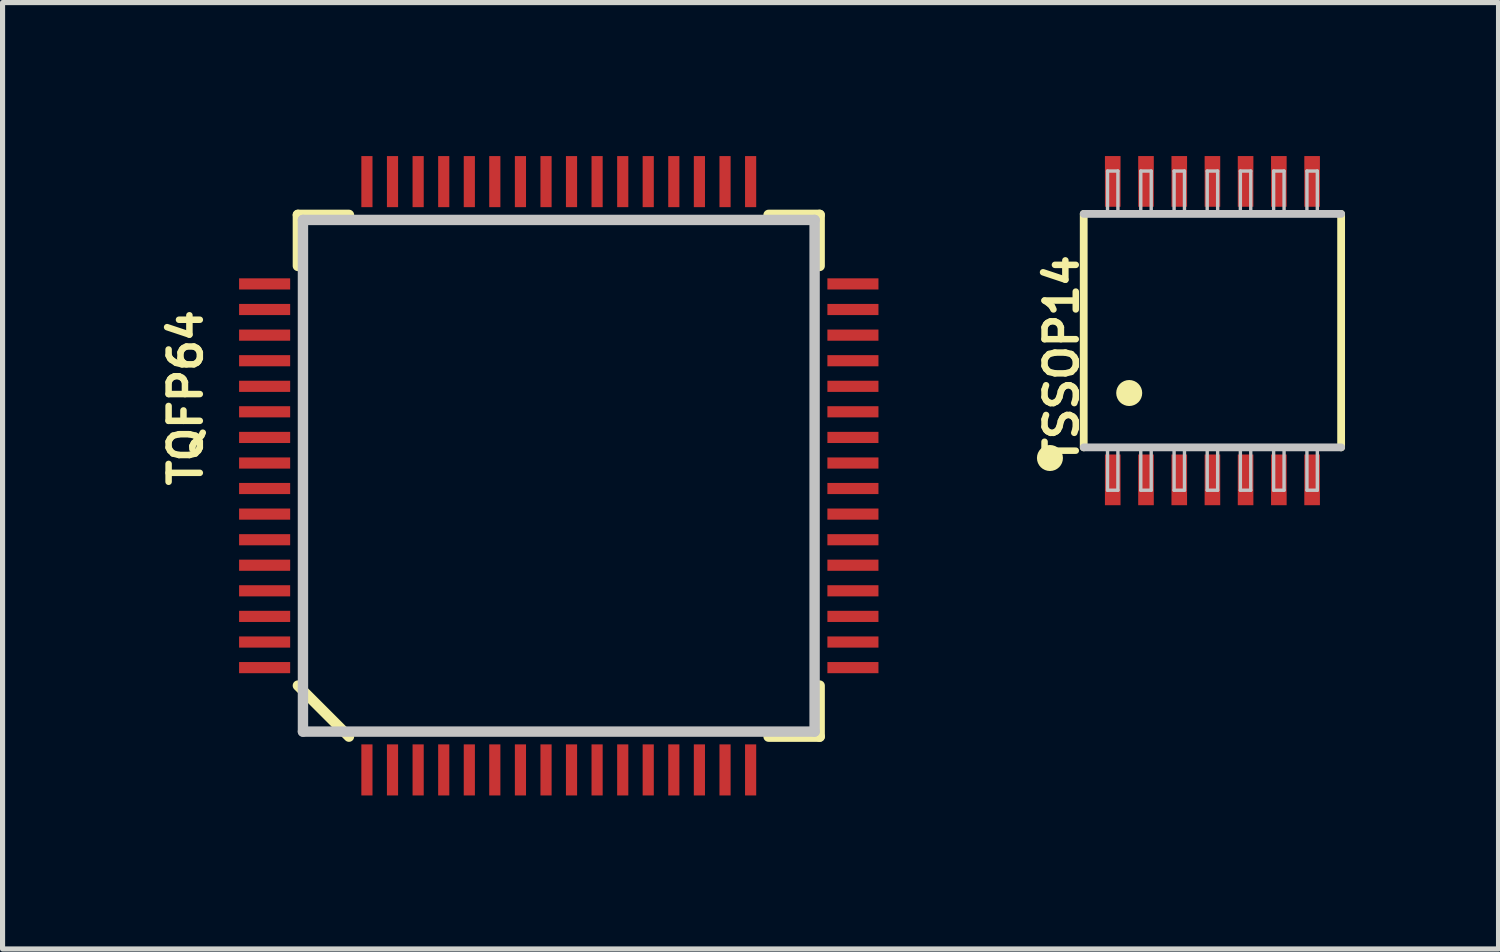
<source format=kicad_pcb>
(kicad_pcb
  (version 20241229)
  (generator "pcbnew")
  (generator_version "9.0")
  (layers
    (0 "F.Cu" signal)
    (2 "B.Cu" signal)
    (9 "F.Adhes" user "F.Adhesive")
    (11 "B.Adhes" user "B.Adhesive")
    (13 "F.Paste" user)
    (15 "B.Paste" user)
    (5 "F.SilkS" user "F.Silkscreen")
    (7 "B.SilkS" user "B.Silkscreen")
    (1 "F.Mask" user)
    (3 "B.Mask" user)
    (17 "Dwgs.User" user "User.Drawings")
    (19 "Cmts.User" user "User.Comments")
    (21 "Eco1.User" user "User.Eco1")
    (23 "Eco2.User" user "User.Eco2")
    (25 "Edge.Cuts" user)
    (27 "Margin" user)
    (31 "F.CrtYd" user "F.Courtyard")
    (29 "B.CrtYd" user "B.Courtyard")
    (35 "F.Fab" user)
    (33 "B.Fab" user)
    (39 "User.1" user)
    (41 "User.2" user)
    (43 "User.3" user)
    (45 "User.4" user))
  (footprint "TSSOP14"
    (layer "F.Cu")
    (at 20.642 3.411)
    (property "Reference" "TSSOP14" (at -2.946 0.559 90) (layer "F.SilkS") (effects (font (size 0.61 0.61) (thickness 0.127))))
    (attr smd)
    (fp_line (start -2.515 2.281) (end -2.515 -2.281) (stroke (width 0.152) (type solid)) (layer "F.SilkS"))
    (fp_line (start 2.515 -2.281) (end 2.515 2.281) (stroke (width 0.152) (type solid)) (layer "F.SilkS"))
    (fp_circle (center -3.175 2.489) (end -3.175 2.235) (stroke (width 0) (type solid)) (fill yes) (layer "F.SilkS"))
    (fp_circle (center -1.626 1.219) (end -1.626 0.965) (stroke (width 0) (type solid)) (fill yes) (layer "F.SilkS"))
    (fp_line (start -2.515 2.281) (end 2.515 2.281) (stroke (width 0.152) (type solid)) (layer "Dwgs.User"))
    (fp_line (start -2.05 -3.119) (end -1.847 -3.119) (stroke (width 0.066) (type solid)) (layer "Dwgs.User"))
    (fp_line (start -2.05 -2.281) (end -2.05 -3.119) (stroke (width 0.066) (type solid)) (layer "Dwgs.User"))
    (fp_line (start -2.05 -2.281) (end -1.847 -2.281) (stroke (width 0.066) (type solid)) (layer "Dwgs.User"))
    (fp_line (start -2.05 2.281) (end -1.847 2.281) (stroke (width 0.066) (type solid)) (layer "Dwgs.User"))
    (fp_line (start -2.05 3.119) (end -2.05 2.281) (stroke (width 0.066) (type solid)) (layer "Dwgs.User"))
    (fp_line (start -2.05 3.119) (end -1.847 3.119) (stroke (width 0.066) (type solid)) (layer "Dwgs.User"))
    (fp_line (start -1.847 -2.281) (end -1.847 -3.119) (stroke (width 0.066) (type solid)) (layer "Dwgs.User"))
    (fp_line (start -1.847 3.119) (end -1.847 2.281) (stroke (width 0.066) (type solid)) (layer "Dwgs.User"))
    (fp_line (start -1.4 -3.119) (end -1.196 -3.119) (stroke (width 0.066) (type solid)) (layer "Dwgs.User"))
    (fp_line (start -1.4 -2.281) (end -1.4 -3.119) (stroke (width 0.066) (type solid)) (layer "Dwgs.User"))
    (fp_line (start -1.4 -2.281) (end -1.196 -2.281) (stroke (width 0.066) (type solid)) (layer "Dwgs.User"))
    (fp_line (start -1.4 2.281) (end -1.196 2.281) (stroke (width 0.066) (type solid)) (layer "Dwgs.User"))
    (fp_line (start -1.4 3.119) (end -1.4 2.281) (stroke (width 0.066) (type solid)) (layer "Dwgs.User"))
    (fp_line (start -1.4 3.119) (end -1.196 3.119) (stroke (width 0.066) (type solid)) (layer "Dwgs.User"))
    (fp_line (start -1.196 -2.281) (end -1.196 -3.119) (stroke (width 0.066) (type solid)) (layer "Dwgs.User"))
    (fp_line (start -1.196 3.119) (end -1.196 2.281) (stroke (width 0.066) (type solid)) (layer "Dwgs.User"))
    (fp_line (start -0.749 -3.119) (end -0.546 -3.119) (stroke (width 0.066) (type solid)) (layer "Dwgs.User"))
    (fp_line (start -0.749 -2.281) (end -0.749 -3.119) (stroke (width 0.066) (type solid)) (layer "Dwgs.User"))
    (fp_line (start -0.749 -2.281) (end -0.546 -2.281) (stroke (width 0.066) (type solid)) (layer "Dwgs.User"))
    (fp_line (start -0.749 2.281) (end -0.546 2.281) (stroke (width 0.066) (type solid)) (layer "Dwgs.User"))
    (fp_line (start -0.749 3.119) (end -0.749 2.281) (stroke (width 0.066) (type solid)) (layer "Dwgs.User"))
    (fp_line (start -0.749 3.119) (end -0.546 3.119) (stroke (width 0.066) (type solid)) (layer "Dwgs.User"))
    (fp_line (start -0.546 -2.281) (end -0.546 -3.119) (stroke (width 0.066) (type solid)) (layer "Dwgs.User"))
    (fp_line (start -0.546 3.119) (end -0.546 2.281) (stroke (width 0.066) (type solid)) (layer "Dwgs.User"))
    (fp_line (start -0.102 -3.119) (end 0.102 -3.119) (stroke (width 0.066) (type solid)) (layer "Dwgs.User"))
    (fp_line (start -0.102 -2.281) (end -0.102 -3.119) (stroke (width 0.066) (type solid)) (layer "Dwgs.User"))
    (fp_line (start -0.102 -2.281) (end 0.102 -2.281) (stroke (width 0.066) (type solid)) (layer "Dwgs.User"))
    (fp_line (start -0.102 2.281) (end 0.102 2.281) (stroke (width 0.066) (type solid)) (layer "Dwgs.User"))
    (fp_line (start -0.102 3.119) (end -0.102 2.281) (stroke (width 0.066) (type solid)) (layer "Dwgs.User"))
    (fp_line (start -0.102 3.119) (end 0.102 3.119) (stroke (width 0.066) (type solid)) (layer "Dwgs.User"))
    (fp_line (start 0.102 -2.281) (end 0.102 -3.119) (stroke (width 0.066) (type solid)) (layer "Dwgs.User"))
    (fp_line (start 0.102 3.119) (end 0.102 2.281) (stroke (width 0.066) (type solid)) (layer "Dwgs.User"))
    (fp_line (start 0.546 -3.119) (end 0.749 -3.119) (stroke (width 0.066) (type solid)) (layer "Dwgs.User"))
    (fp_line (start 0.546 -2.281) (end 0.546 -3.119) (stroke (width 0.066) (type solid)) (layer "Dwgs.User"))
    (fp_line (start 0.546 -2.281) (end 0.749 -2.281) (stroke (width 0.066) (type solid)) (layer "Dwgs.User"))
    (fp_line (start 0.546 2.281) (end 0.749 2.281) (stroke (width 0.066) (type solid)) (layer "Dwgs.User"))
    (fp_line (start 0.546 3.119) (end 0.546 2.281) (stroke (width 0.066) (type solid)) (layer "Dwgs.User"))
    (fp_line (start 0.546 3.119) (end 0.749 3.119) (stroke (width 0.066) (type solid)) (layer "Dwgs.User"))
    (fp_line (start 0.749 -2.281) (end 0.749 -3.119) (stroke (width 0.066) (type solid)) (layer "Dwgs.User"))
    (fp_line (start 0.749 3.119) (end 0.749 2.281) (stroke (width 0.066) (type solid)) (layer "Dwgs.User"))
    (fp_line (start 1.196 -3.119) (end 1.4 -3.119) (stroke (width 0.066) (type solid)) (layer "Dwgs.User"))
    (fp_line (start 1.196 -2.281) (end 1.196 -3.119) (stroke (width 0.066) (type solid)) (layer "Dwgs.User"))
    (fp_line (start 1.196 -2.281) (end 1.4 -2.281) (stroke (width 0.066) (type solid)) (layer "Dwgs.User"))
    (fp_line (start 1.196 2.281) (end 1.4 2.281) (stroke (width 0.066) (type solid)) (layer "Dwgs.User"))
    (fp_line (start 1.196 3.119) (end 1.196 2.281) (stroke (width 0.066) (type solid)) (layer "Dwgs.User"))
    (fp_line (start 1.196 3.119) (end 1.4 3.119) (stroke (width 0.066) (type solid)) (layer "Dwgs.User"))
    (fp_line (start 1.4 -2.281) (end 1.4 -3.119) (stroke (width 0.066) (type solid)) (layer "Dwgs.User"))
    (fp_line (start 1.4 3.119) (end 1.4 2.281) (stroke (width 0.066) (type solid)) (layer "Dwgs.User"))
    (fp_line (start 1.847 -3.119) (end 2.05 -3.119) (stroke (width 0.066) (type solid)) (layer "Dwgs.User"))
    (fp_line (start 1.847 -2.281) (end 1.847 -3.119) (stroke (width 0.066) (type solid)) (layer "Dwgs.User"))
    (fp_line (start 1.847 -2.281) (end 2.05 -2.281) (stroke (width 0.066) (type solid)) (layer "Dwgs.User"))
    (fp_line (start 1.847 2.281) (end 2.05 2.281) (stroke (width 0.066) (type solid)) (layer "Dwgs.User"))
    (fp_line (start 1.847 3.119) (end 1.847 2.281) (stroke (width 0.066) (type solid)) (layer "Dwgs.User"))
    (fp_line (start 1.847 3.119) (end 2.05 3.119) (stroke (width 0.066) (type solid)) (layer "Dwgs.User"))
    (fp_line (start 2.05 -2.281) (end 2.05 -3.119) (stroke (width 0.066) (type solid)) (layer "Dwgs.User"))
    (fp_line (start 2.05 3.119) (end 2.05 2.281) (stroke (width 0.066) (type solid)) (layer "Dwgs.User"))
    (fp_line (start 2.515 -2.281) (end -2.515 -2.281) (stroke (width 0.152) (type solid)) (layer "Dwgs.User"))
    (pad "1" smd rect (at -1.948 2.916) (size 0.305 0.991) (layers "F.Cu" "F.Mask" "F.Paste"))
    (pad "2" smd rect (at -1.298 2.916) (size 0.305 0.991) (layers "F.Cu" "F.Mask" "F.Paste"))
    (pad "3" smd rect (at -0.648 2.916) (size 0.305 0.991) (layers "F.Cu" "F.Mask" "F.Paste"))
    (pad "4" smd rect (at 0 2.916) (size 0.305 0.991) (layers "F.Cu" "F.Mask" "F.Paste"))
    (pad "5" smd rect (at 0.648 2.916) (size 0.305 0.991) (layers "F.Cu" "F.Mask" "F.Paste"))
    (pad "6" smd rect (at 1.298 2.916) (size 0.305 0.991) (layers "F.Cu" "F.Mask" "F.Paste"))
    (pad "7" smd rect (at 1.948 2.916) (size 0.305 0.991) (layers "F.Cu" "F.Mask" "F.Paste"))
    (pad "8" smd rect (at 1.948 -2.916) (size 0.305 0.991) (layers "F.Cu" "F.Mask" "F.Paste"))
    (pad "9" smd rect (at 1.298 -2.916) (size 0.305 0.991) (layers "F.Cu" "F.Mask" "F.Paste"))
    (pad "10" smd rect (at 0.648 -2.916) (size 0.305 0.991) (layers "F.Cu" "F.Mask" "F.Paste"))
    (pad "11" smd rect (at 0 -2.916) (size 0.305 0.991) (layers "F.Cu" "F.Mask" "F.Paste"))
    (pad "12" smd rect (at -0.648 -2.916) (size 0.305 0.991) (layers "F.Cu" "F.Mask" "F.Paste"))
    (pad "13" smd rect (at -1.298 -2.916) (size 0.305 0.991) (layers "F.Cu" "F.Mask" "F.Paste"))
    (pad "14" smd rect (at -1.948 -2.916) (size 0.305 0.991) (layers "F.Cu" "F.Mask" "F.Paste")))
  (footprint "TQFP64"
    (layer "F.Cu")
    (at 7.869 6.247)
    (property "Reference" "TQFP64" (at -7.29 -1.524 90) (layer "F.SilkS") (effects (font (size 0.61 0.61) (thickness 0.127))))
    (attr smd)
    (fp_line (start -5.098 -5.098) (end -4.1 -5.098) (stroke (width 0.203) (type solid)) (layer "F.SilkS"))
    (fp_line (start -5.098 -4.1) (end -5.098 -5.098) (stroke (width 0.203) (type solid)) (layer "F.SilkS"))
    (fp_line (start -5.098 4.1) (end -4.1 5.098) (stroke (width 0.203) (type solid)) (layer "F.SilkS"))
    (fp_line (start 4.1 -5.098) (end 5.098 -5.098) (stroke (width 0.203) (type solid)) (layer "F.SilkS"))
    (fp_line (start 4.1 5.098) (end 5.098 5.098) (stroke (width 0.203) (type solid)) (layer "F.SilkS"))
    (fp_line (start 5.098 -5.098) (end 5.098 -4.1) (stroke (width 0.203) (type solid)) (layer "F.SilkS"))
    (fp_line (start 5.098 5.098) (end 5.098 4.1) (stroke (width 0.203) (type solid)) (layer "F.SilkS"))
    (fp_line (start -4.999 -4.999) (end 4.999 -4.999) (stroke (width 0.203) (type solid)) (layer "Dwgs.User"))
    (fp_line (start -4.999 4.999) (end -4.999 -4.999) (stroke (width 0.203) (type solid)) (layer "Dwgs.User"))
    (fp_line (start 4.999 -4.999) (end 4.999 4.999) (stroke (width 0.203) (type solid)) (layer "Dwgs.User"))
    (fp_line (start 4.999 4.999) (end -4.999 4.999) (stroke (width 0.203) (type solid)) (layer "Dwgs.User"))
    (pad "1" smd rect (at -3.749 5.748) (size 0.218 0.998) (layers "F.Cu" "F.Mask" "F.Paste"))
    (pad "2" smd rect (at -3.249 5.748) (size 0.218 0.998) (layers "F.Cu" "F.Mask" "F.Paste"))
    (pad "3" smd rect (at -2.748 5.748) (size 0.218 0.998) (layers "F.Cu" "F.Mask" "F.Paste"))
    (pad "4" smd rect (at -2.248 5.748) (size 0.218 0.998) (layers "F.Cu" "F.Mask" "F.Paste"))
    (pad "5" smd rect (at -1.748 5.748) (size 0.218 0.998) (layers "F.Cu" "F.Mask" "F.Paste"))
    (pad "6" smd rect (at -1.25 5.748) (size 0.218 0.998) (layers "F.Cu" "F.Mask" "F.Paste"))
    (pad "7" smd rect (at -0.749 5.748) (size 0.218 0.998) (layers "F.Cu" "F.Mask" "F.Paste"))
    (pad "8" smd rect (at -0.249 5.748) (size 0.218 0.998) (layers "F.Cu" "F.Mask" "F.Paste"))
    (pad "9" smd rect (at 0.249 5.748) (size 0.218 0.998) (layers "F.Cu" "F.Mask" "F.Paste"))
    (pad "10" smd rect (at 0.749 5.748) (size 0.218 0.998) (layers "F.Cu" "F.Mask" "F.Paste"))
    (pad "11" smd rect (at 1.25 5.748) (size 0.218 0.998) (layers "F.Cu" "F.Mask" "F.Paste"))
    (pad "12" smd rect (at 1.748 5.748) (size 0.218 0.998) (layers "F.Cu" "F.Mask" "F.Paste"))
    (pad "13" smd rect (at 2.248 5.748) (size 0.218 0.998) (layers "F.Cu" "F.Mask" "F.Paste"))
    (pad "14" smd rect (at 2.748 5.748) (size 0.218 0.998) (layers "F.Cu" "F.Mask" "F.Paste"))
    (pad "15" smd rect (at 3.249 5.748) (size 0.218 0.998) (layers "F.Cu" "F.Mask" "F.Paste"))
    (pad "16" smd rect (at 3.749 5.748) (size 0.218 0.998) (layers "F.Cu" "F.Mask" "F.Paste"))
    (pad "17" smd rect (at 5.748 3.749 90) (size 0.218 0.998) (layers "F.Cu" "F.Mask" "F.Paste"))
    (pad "18" smd rect (at 5.748 3.249 90) (size 0.218 0.998) (layers "F.Cu" "F.Mask" "F.Paste"))
    (pad "19" smd rect (at 5.748 2.748 90) (size 0.218 0.998) (layers "F.Cu" "F.Mask" "F.Paste"))
    (pad "20" smd rect (at 5.748 2.248 90) (size 0.218 0.998) (layers "F.Cu" "F.Mask" "F.Paste"))
    (pad "21" smd rect (at 5.748 1.748 90) (size 0.218 0.998) (layers "F.Cu" "F.Mask" "F.Paste"))
    (pad "22" smd rect (at 5.748 1.25 90) (size 0.218 0.998) (layers "F.Cu" "F.Mask" "F.Paste"))
    (pad "23" smd rect (at 5.748 0.749 90) (size 0.218 0.998) (layers "F.Cu" "F.Mask" "F.Paste"))
    (pad "24" smd rect (at 5.748 0.249 90) (size 0.218 0.998) (layers "F.Cu" "F.Mask" "F.Paste"))
    (pad "25" smd rect (at 5.748 -0.249 90) (size 0.218 0.998) (layers "F.Cu" "F.Mask" "F.Paste"))
    (pad "26" smd rect (at 5.748 -0.749 90) (size 0.218 0.998) (layers "F.Cu" "F.Mask" "F.Paste"))
    (pad "27" smd rect (at 5.748 -1.25 90) (size 0.218 0.998) (layers "F.Cu" "F.Mask" "F.Paste"))
    (pad "28" smd rect (at 5.748 -1.748 90) (size 0.218 0.998) (layers "F.Cu" "F.Mask" "F.Paste"))
    (pad "29" smd rect (at 5.748 -2.248 90) (size 0.218 0.998) (layers "F.Cu" "F.Mask" "F.Paste"))
    (pad "30" smd rect (at 5.748 -2.748 90) (size 0.218 0.998) (layers "F.Cu" "F.Mask" "F.Paste"))
    (pad "31" smd rect (at 5.748 -3.249 90) (size 0.218 0.998) (layers "F.Cu" "F.Mask" "F.Paste"))
    (pad "32" smd rect (at 5.748 -3.749 90) (size 0.218 0.998) (layers "F.Cu" "F.Mask" "F.Paste"))
    (pad "33" smd rect (at 3.749 -5.748 180) (size 0.218 0.998) (layers "F.Cu" "F.Mask" "F.Paste"))
    (pad "34" smd rect (at 3.249 -5.748 180) (size 0.218 0.998) (layers "F.Cu" "F.Mask" "F.Paste"))
    (pad "35" smd rect (at 2.748 -5.748 180) (size 0.218 0.998) (layers "F.Cu" "F.Mask" "F.Paste"))
    (pad "36" smd rect (at 2.248 -5.748 180) (size 0.218 0.998) (layers "F.Cu" "F.Mask" "F.Paste"))
    (pad "37" smd rect (at 1.748 -5.748 180) (size 0.218 0.998) (layers "F.Cu" "F.Mask" "F.Paste"))
    (pad "38" smd rect (at 1.25 -5.748 180) (size 0.218 0.998) (layers "F.Cu" "F.Mask" "F.Paste"))
    (pad "39" smd rect (at 0.749 -5.748 180) (size 0.218 0.998) (layers "F.Cu" "F.Mask" "F.Paste"))
    (pad "40" smd rect (at 0.249 -5.748 180) (size 0.218 0.998) (layers "F.Cu" "F.Mask" "F.Paste"))
    (pad "41" smd rect (at -0.249 -5.748 180) (size 0.218 0.998) (layers "F.Cu" "F.Mask" "F.Paste"))
    (pad "42" smd rect (at -0.749 -5.748 180) (size 0.218 0.998) (layers "F.Cu" "F.Mask" "F.Paste"))
    (pad "43" smd rect (at -1.25 -5.748 180) (size 0.218 0.998) (layers "F.Cu" "F.Mask" "F.Paste"))
    (pad "44" smd rect (at -1.748 -5.748 180) (size 0.218 0.998) (layers "F.Cu" "F.Mask" "F.Paste"))
    (pad "45" smd rect (at -2.248 -5.748 180) (size 0.218 0.998) (layers "F.Cu" "F.Mask" "F.Paste"))
    (pad "46" smd rect (at -2.748 -5.748 180) (size 0.218 0.998) (layers "F.Cu" "F.Mask" "F.Paste"))
    (pad "47" smd rect (at -3.249 -5.748 180) (size 0.218 0.998) (layers "F.Cu" "F.Mask" "F.Paste"))
    (pad "48" smd rect (at -3.749 -5.748 180) (size 0.218 0.998) (layers "F.Cu" "F.Mask" "F.Paste"))
    (pad "49" smd rect (at -5.748 -3.749 270) (size 0.218 0.998) (layers "F.Cu" "F.Mask" "F.Paste"))
    (pad "50" smd rect (at -5.748 -3.249 270) (size 0.218 0.998) (layers "F.Cu" "F.Mask" "F.Paste"))
    (pad "51" smd rect (at -5.748 -2.748 270) (size 0.218 0.998) (layers "F.Cu" "F.Mask" "F.Paste"))
    (pad "52" smd rect (at -5.748 -2.248 270) (size 0.218 0.998) (layers "F.Cu" "F.Mask" "F.Paste"))
    (pad "53" smd rect (at -5.748 -1.748 270) (size 0.218 0.998) (layers "F.Cu" "F.Mask" "F.Paste"))
    (pad "54" smd rect (at -5.748 -1.25 270) (size 0.218 0.998) (layers "F.Cu" "F.Mask" "F.Paste"))
    (pad "55" smd rect (at -5.748 -0.749 270) (size 0.218 0.998) (layers "F.Cu" "F.Mask" "F.Paste"))
    (pad "56" smd rect (at -5.748 -0.249 270) (size 0.218 0.998) (layers "F.Cu" "F.Mask" "F.Paste"))
    (pad "57" smd rect (at -5.748 0.249 270) (size 0.218 0.998) (layers "F.Cu" "F.Mask" "F.Paste"))
    (pad "58" smd rect (at -5.748 0.749 270) (size 0.218 0.998) (layers "F.Cu" "F.Mask" "F.Paste"))
    (pad "59" smd rect (at -5.748 1.25 270) (size 0.218 0.998) (layers "F.Cu" "F.Mask" "F.Paste"))
    (pad "60" smd rect (at -5.748 1.748 270) (size 0.218 0.998) (layers "F.Cu" "F.Mask" "F.Paste"))
    (pad "61" smd rect (at -5.748 2.248 270) (size 0.218 0.998) (layers "F.Cu" "F.Mask" "F.Paste"))
    (pad "62" smd rect (at -5.748 2.748 270) (size 0.218 0.998) (layers "F.Cu" "F.Mask" "F.Paste"))
    (pad "63" smd rect (at -5.748 3.249 270) (size 0.218 0.998) (layers "F.Cu" "F.Mask" "F.Paste"))
    (pad "64" smd rect (at -5.748 3.749 270) (size 0.218 0.998) (layers "F.Cu" "F.Mask" "F.Paste")))
  (gr_rect
    (start -3 -3)
    (end 26.233 15.494)
    (stroke (width 0.1) (type default))
    (fill no)
    (layer "Edge.Cuts")))
</source>
